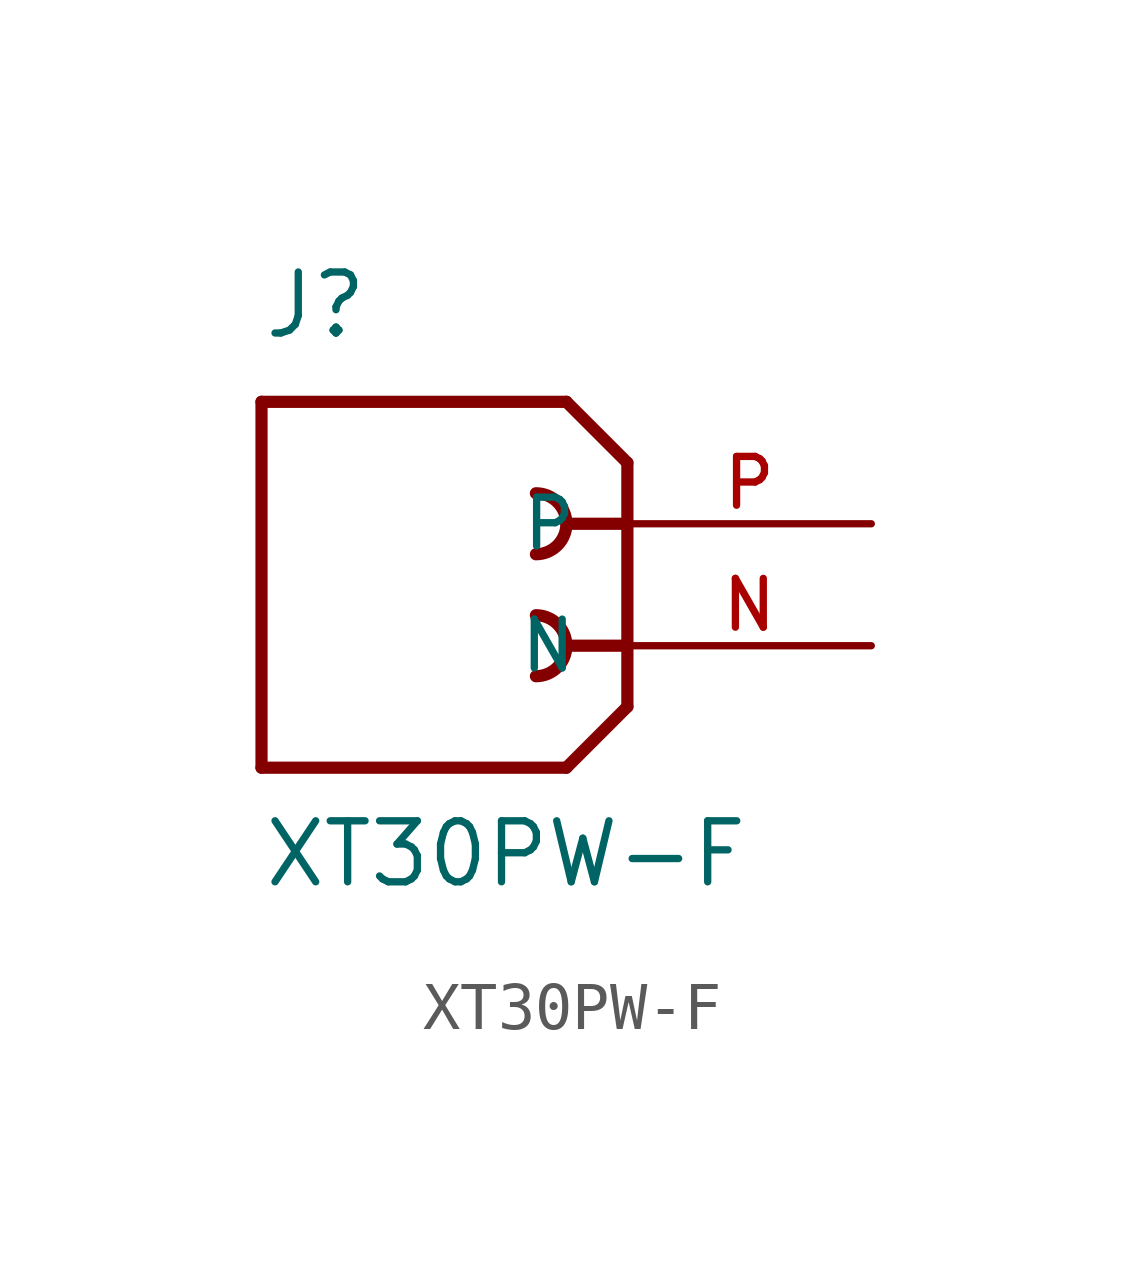
<source format=kicad_sym>
(kicad_symbol_lib
  (version 20211014)
  (generator kicad_symbol_editor)
  (symbol "XT30PW-F"
    (pin_names
      (offset 1.016))
    (property "Reference" "J"
      (at -7.62 3.81 0)
      (effects (font (size 1.27 1.27)) (justify bottom left)))
    (property "Value" "XT30PW-F"
      (at -7.62 -7.62 0)
      (effects (font (size 1.27 1.27)) (justify bottom left)))
    (symbol "XT30PW-F_0_0"
      (polyline (pts (xy 0.0 1.27) (xy -1.27 2.54)) (stroke (width 0.254)))
      (polyline (pts (xy 0.0 1.27) (xy 0.0 0.0)) (stroke (width 0.254)))
      (polyline (pts (xy 0.0 0.0) (xy 0.0 -3.81)) (stroke (width 0.254)))
      (polyline (pts (xy 0.0 -3.81) (xy -1.27 -5.08)) (stroke (width 0.254)))
      (polyline (pts (xy -1.27 -5.08) (xy -7.62 -5.08)) (stroke (width 0.254)))
      (polyline (pts (xy -7.62 -5.08) (xy -7.62 2.54)) (stroke (width 0.254)))
      (polyline (pts (xy -7.62 2.54) (xy -1.27 2.54)) (stroke (width 0.254)))
      (polyline (pts (xy 0.0 0.0) (xy -1.27 0.0)) (stroke (width 0.254)))
      (arc (start -1.905 -0.635) (mid -1.27 0.0) (end -1.905 0.635) (stroke (width 0.254) (type default) (color 0 0 0 0)) (fill (type none)))
      (polyline (pts (xy 0.0 -2.54) (xy -1.27 -2.54)) (stroke (width 0.254)))
      (arc (start -1.905 -3.175) (mid -1.27 -2.54) (end -1.905 -1.905) (stroke (width 0.254) (type default) (color 0 0 0 0)) (fill (type none)))
      (pin power_in line (at 5.08 0.0 180.0) (length 5.08) (name "P" (effects (font (size 1.016 1.016)))) (number "P" (effects (font (size 1.016 1.016)))))
      (pin power_in line (at 5.08 -2.54 180.0) (length 5.08) (name "N" (effects (font (size 1.016 1.016)))) (number "N" (effects (font (size 1.016 1.016))))))))
</source>
